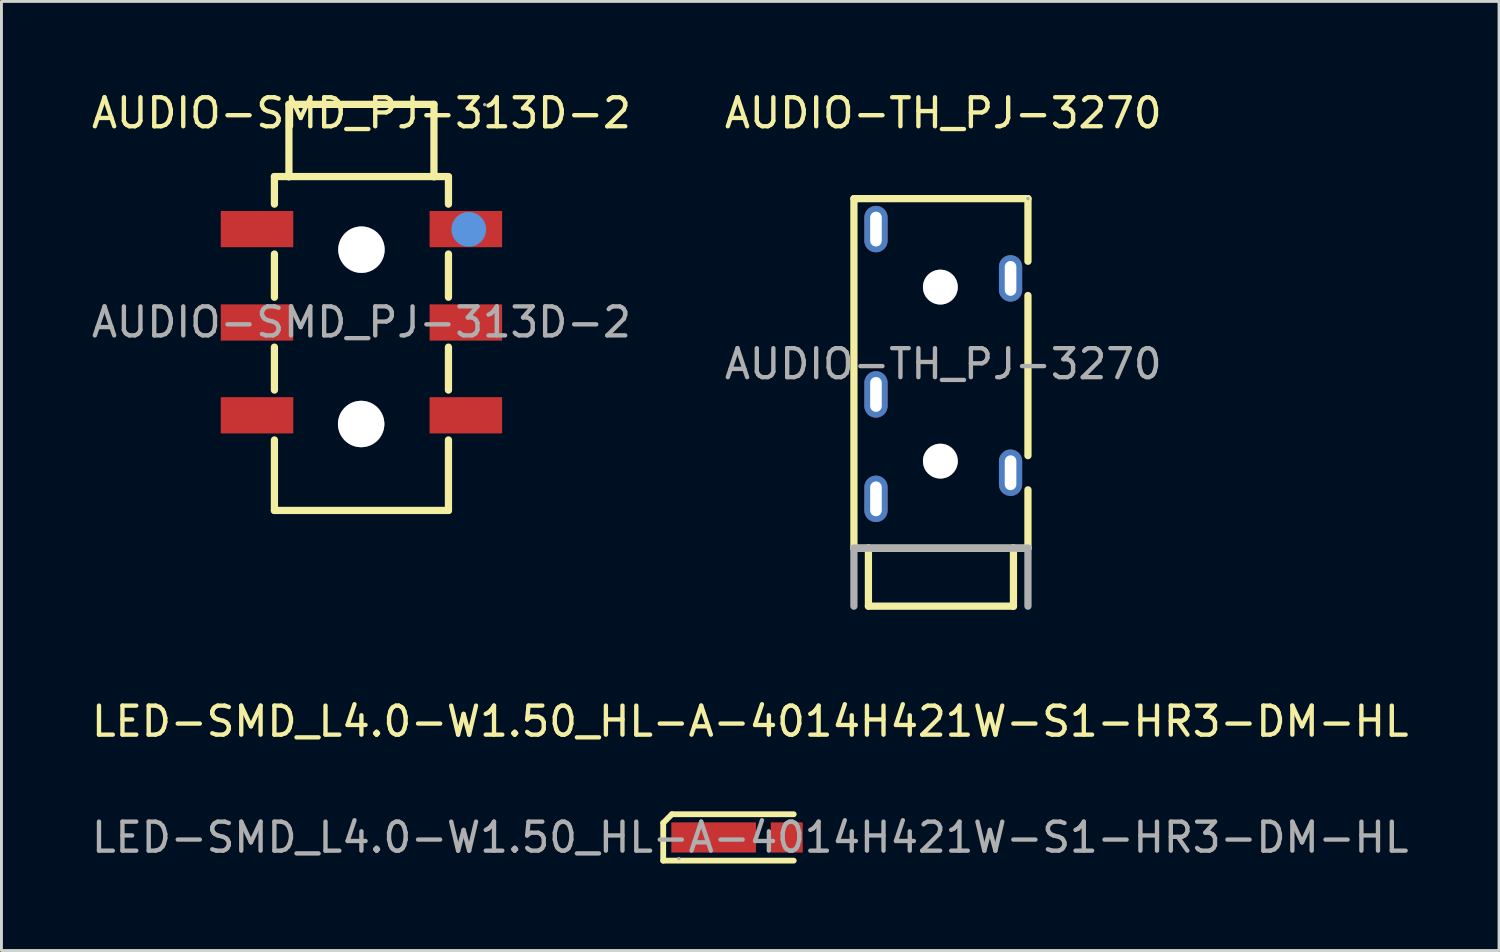
<source format=kicad_pcb>
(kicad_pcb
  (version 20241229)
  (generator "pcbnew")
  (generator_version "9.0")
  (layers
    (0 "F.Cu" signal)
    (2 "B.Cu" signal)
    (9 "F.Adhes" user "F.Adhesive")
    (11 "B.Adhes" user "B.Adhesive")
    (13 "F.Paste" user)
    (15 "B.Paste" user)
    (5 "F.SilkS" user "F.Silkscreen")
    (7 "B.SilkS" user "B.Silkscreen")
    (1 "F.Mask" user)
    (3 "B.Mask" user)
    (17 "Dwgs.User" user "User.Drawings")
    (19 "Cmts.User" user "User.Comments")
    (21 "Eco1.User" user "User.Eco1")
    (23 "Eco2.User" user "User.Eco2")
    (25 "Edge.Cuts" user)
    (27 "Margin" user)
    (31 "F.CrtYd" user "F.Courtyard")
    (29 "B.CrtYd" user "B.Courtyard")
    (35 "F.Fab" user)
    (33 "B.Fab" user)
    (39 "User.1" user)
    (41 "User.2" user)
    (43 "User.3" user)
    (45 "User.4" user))
  (footprint "LED-SMD_L4.0-W1.50_HL-A-4014H421W-S1-HR3-DM-HL"
    (layer "F.Cu")
    (at 22.815 25.822)
    (property "Reference" "LED-SMD_L4.0-W1.50_HL-A-4014H421W-S1-HR3-DM-HL" (at 0 -4 0) (layer "F.SilkS") (effects (font (size 1 1) (thickness 0.15))))
    (attr smd)
    (fp_line (start -3 -0.5) (end -3 0.8) (stroke (width 0.2) (type default)) (layer "F.SilkS"))
    (fp_line (start -3 -0.5) (end -2.7 -0.8) (stroke (width 0.2) (type default)) (layer "F.SilkS"))
    (fp_line (start -3 0.8) (end 1.5 0.8) (stroke (width 0.2) (type solid)) (layer "F.SilkS"))
    (fp_line (start -2.7 -0.8) (end 1.5 -0.8) (stroke (width 0.2) (type solid)) (layer "F.SilkS"))
    (fp_circle (center -2.46 0.73) (end -2.43 0.73) (stroke (width 0.06) (type solid)) (fill no) (layer "F.Fab"))
    (fp_text user "${REFERENCE}" (at 0 0 0) (layer "F.Fab") (effects (font (size 1 1) (thickness 0.15))))
    (pad "1" smd rect (at -1.26 0) (size 2.92 1.04) (layers "F.Cu" "F.Mask" "F.Paste"))
    (pad "2" smd rect (at 1.26 0) (size 1.1 1.04) (layers "F.Cu" "F.Mask" "F.Paste")))
  (footprint "AUDIO-TH_PJ-3270"
    (layer "F.Cu")
    (at 29.47 9.498)
    (property "Reference" "AUDIO-TH_PJ-3270" (at 0 -8.65 0) (layer "F.SilkS") (effects (font (size 1 1) (thickness 0.15))))
    (attr through_hole)
    (fp_line (start -3.08 -5.7) (end -3.08 6.35) (stroke (width 0.25) (type solid)) (layer "F.SilkS"))
    (fp_line (start -3.08 6.35) (end -2.58 6.35) (stroke (width 0.25) (type solid)) (layer "F.SilkS"))
    (fp_line (start -2.58 6.35) (end -2.58 8.35) (stroke (width 0.25) (type solid)) (layer "F.SilkS"))
    (fp_line (start -2.58 6.35) (end 2.42 6.35) (stroke (width 0.25) (type solid)) (layer "F.SilkS"))
    (fp_line (start -2.58 8.35) (end 2.42 8.35) (stroke (width 0.25) (type solid)) (layer "F.SilkS"))
    (fp_line (start 2.42 6.35) (end 2.92 6.35) (stroke (width 0.25) (type solid)) (layer "F.SilkS"))
    (fp_line (start 2.42 8.35) (end 2.42 6.35) (stroke (width 0.25) (type solid)) (layer "F.SilkS"))
    (fp_line (start 2.42 8.35) (end 2.42 8.34) (stroke (width 0.25) (type solid)) (layer "F.SilkS"))
    (fp_line (start 2.92 -5.7) (end -3.08 -5.7) (stroke (width 0.25) (type solid)) (layer "F.SilkS"))
    (fp_line (start 2.92 -3.54) (end 2.92 -5.7) (stroke (width 0.25) (type solid)) (layer "F.SilkS"))
    (fp_line (start 2.92 3.16) (end 2.92 -2.36) (stroke (width 0.25) (type solid)) (layer "F.SilkS"))
    (fp_line (start 2.92 6.35) (end 2.92 4.34) (stroke (width 0.25) (type solid)) (layer "F.SilkS"))
    (fp_circle (center -0.1 -2.65) (end 0.1 -2.65) (stroke (width 0.4) (type solid)) (fill no) (layer "Cmts.User"))
    (fp_circle (center -0.1 3.35) (end 0.1 3.35) (stroke (width 0.4) (type solid)) (fill no) (layer "Cmts.User"))
    (fp_line (start -3.08 6.35) (end -3.08 8.35) (stroke (width 0.25) (type solid)) (layer "F.Fab"))
    (fp_line (start 2.92 6.35) (end -3.08 6.35) (stroke (width 0.25) (type solid)) (layer "F.Fab"))
    (fp_line (start 2.92 6.35) (end 2.92 8.35) (stroke (width 0.25) (type solid)) (layer "F.Fab"))
    (fp_circle (center 2.92 -5.7) (end 2.95 -5.7) (stroke (width 0.06) (type solid)) (fill no) (layer "F.Fab"))
    (fp_text user "${REFERENCE}" (at 0 0 0) (layer "F.Fab") (effects (font (size 1 1) (thickness 0.15))))
    (pad "" thru_hole circle (at -0.1 -2.65) (size 1.2 1.2) (drill 1.2) (layers "*.Cu" "*.Mask"))
    (pad "" thru_hole circle (at -0.1 3.35) (size 1.2 1.2) (drill 1.2) (layers "*.Cu" "*.Mask"))
    (pad "2" thru_hole oval (at 2.32 -2.95 90) (size 1.6 0.8) (drill oval 1.2 0.4) (layers "*.Cu" "*.Mask"))
    (pad "3" thru_hole oval (at 2.32 3.75 90) (size 1.6 0.8) (drill oval 1.2 0.4) (layers "*.Cu" "*.Mask"))
    (pad "4" thru_hole oval (at -2.32 4.65 90) (size 1.6 0.8) (drill oval 1.2 0.4) (layers "*.Cu" "*.Mask"))
    (pad "5" thru_hole oval (at -2.32 1.05 90) (size 1.6 0.8) (drill oval 1.2 0.4) (layers "*.Cu" "*.Mask"))
    (pad "6" thru_hole oval (at -2.32 -4.65 90) (size 1.6 0.8) (drill oval 1.2 0.4) (layers "*.Cu" "*.Mask")))
  (footprint "AUDIO-SMD_PJ-313D-2"
    (layer "F.Cu")
    (at 9.411 8.058)
    (property "Reference" "AUDIO-SMD_PJ-313D-2" (at 0 -7.21 0) (layer "F.SilkS") (effects (font (size 1 1) (thickness 0.15))))
    (attr smd)
    (fp_line (start -3 -5.02) (end -3 -4.07) (stroke (width 0.25) (type solid)) (layer "F.SilkS"))
    (fp_line (start -3 -5.02) (end 3 -5.02) (stroke (width 0.25) (type solid)) (layer "F.SilkS"))
    (fp_line (start -3 -2.35) (end -3 -0.86) (stroke (width 0.25) (type solid)) (layer "F.SilkS"))
    (fp_line (start -3 0.86) (end -3 2.34) (stroke (width 0.25) (type solid)) (layer "F.SilkS"))
    (fp_line (start -3 4.06) (end -3 6.49) (stroke (width 0.25) (type solid)) (layer "F.SilkS"))
    (fp_line (start -3 6.49) (end 3 6.49) (stroke (width 0.25) (type solid)) (layer "F.SilkS"))
    (fp_line (start -2.5 -7.51) (end -2.5 -5.01) (stroke (width 0.25) (type solid)) (layer "F.SilkS"))
    (fp_line (start -2.5 -7.51) (end 2.5 -7.51) (stroke (width 0.25) (type solid)) (layer "F.SilkS"))
    (fp_line (start 2.5 -7.51) (end 2.5 -5.01) (stroke (width 0.25) (type solid)) (layer "F.SilkS"))
    (fp_line (start 3 -4.07) (end 3 -5.01) (stroke (width 0.25) (type solid)) (layer "F.SilkS"))
    (fp_line (start 3 -0.86) (end 3 -2.35) (stroke (width 0.25) (type solid)) (layer "F.SilkS"))
    (fp_line (start 3 2.34) (end 3 0.86) (stroke (width 0.25) (type solid)) (layer "F.SilkS"))
    (fp_line (start 3 6.49) (end 3 4.06) (stroke (width 0.25) (type solid)) (layer "F.SilkS"))
    (fp_circle (center 3.7 -3.2) (end 4 -3.2) (stroke (width 0.6) (type solid)) (fill no) (layer "Cmts.User"))
    (fp_circle (center 4.25 -7.5) (end 4.28 -7.5) (stroke (width 0.06) (type solid)) (fill no) (layer "F.Fab"))
    (fp_text user "${REFERENCE}" (at 0 0 0) (layer "F.Fab") (effects (font (size 1 1) (thickness 0.15))))
    (pad "" thru_hole circle (at -0.01 3.51) (size 1.6 1.6) (drill 1.6) (layers "*.Cu" "*.Mask"))
    (pad "" thru_hole circle (at 0 -2.5) (size 1.6 1.6) (drill 1.6) (layers "*.Cu" "*.Mask"))
    (pad "1" smd rect (at -3.6 -3.21) (size 2.5 1.25) (layers "F.Cu" "F.Mask" "F.Paste"))
    (pad "1" smd rect (at 3.6 -3.21) (size 2.5 1.25) (layers "F.Cu" "F.Mask" "F.Paste"))
    (pad "2" smd rect (at -3.6 0.01) (size 2.5 1.25) (layers "F.Cu" "F.Mask" "F.Paste"))
    (pad "2" smd rect (at 3.6 0.01) (size 2.5 1.25) (layers "F.Cu" "F.Mask" "F.Paste"))
    (pad "3" smd rect (at -3.6 3.21) (size 2.5 1.25) (layers "F.Cu" "F.Mask" "F.Paste"))
    (pad "3" smd rect (at 3.6 3.21) (size 2.5 1.25) (layers "F.Cu" "F.Mask" "F.Paste")))
  (gr_rect
    (start -3 -3)
    (end 48.631 29.721)
    (stroke (width 0.1) (type default))
    (fill no)
    (layer "Edge.Cuts")))
</source>
